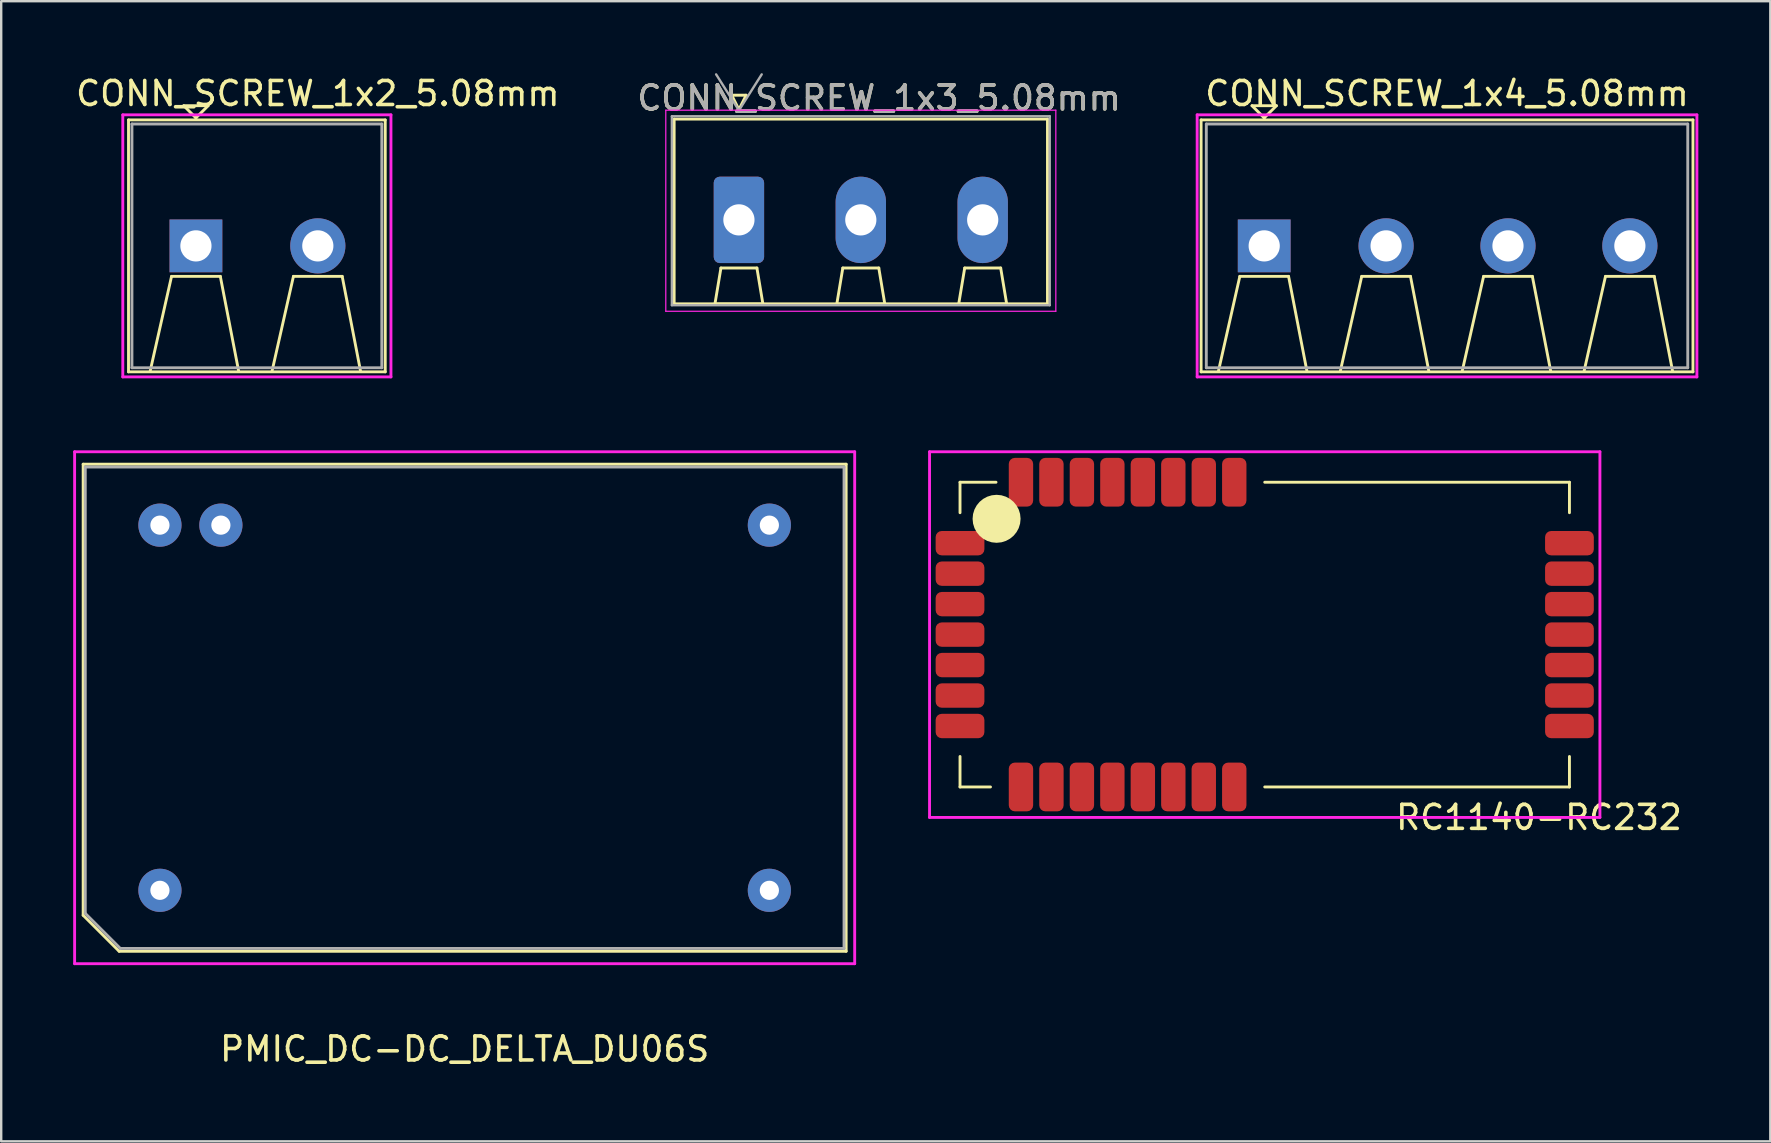
<source format=kicad_pcb>
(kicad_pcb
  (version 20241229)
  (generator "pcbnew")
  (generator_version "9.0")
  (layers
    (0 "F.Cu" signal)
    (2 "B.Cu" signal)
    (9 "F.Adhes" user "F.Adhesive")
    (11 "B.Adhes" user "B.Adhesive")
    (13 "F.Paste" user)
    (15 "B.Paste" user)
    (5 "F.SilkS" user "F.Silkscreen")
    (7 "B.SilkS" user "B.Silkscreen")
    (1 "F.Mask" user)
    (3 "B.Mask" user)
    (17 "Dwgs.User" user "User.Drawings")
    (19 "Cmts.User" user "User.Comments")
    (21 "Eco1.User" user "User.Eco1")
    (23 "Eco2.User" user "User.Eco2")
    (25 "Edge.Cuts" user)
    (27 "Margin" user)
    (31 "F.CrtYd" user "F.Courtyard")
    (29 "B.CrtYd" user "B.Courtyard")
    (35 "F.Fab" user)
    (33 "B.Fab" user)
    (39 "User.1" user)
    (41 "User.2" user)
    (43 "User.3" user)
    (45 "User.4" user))
  (footprint "CONN_SCREW_1x3_5.08mm"
    (layer "F.Cu")
    (at 27.747 6.114)
    (property "Reference" "CONN_SCREW_1x3_5.08mm" (at 5.842 -5.08 0) (layer "F.SilkS") (effects (font (size 1 1) (thickness 0.15))))
    (attr through_hole)
    (fp_line (start -2.7 -4.2) (end -2.7 3.5) (stroke (width 0.12) (type solid)) (layer "F.SilkS"))
    (fp_line (start -2.7 3.5) (end 12.86 3.5) (stroke (width 0.12) (type solid)) (layer "F.SilkS"))
    (fp_line (start -1 3.506) (end 1 3.506) (stroke (width 0.12) (type solid)) (layer "F.SilkS"))
    (fp_line (start -0.75 2.006) (end -1 3.506) (stroke (width 0.12) (type solid)) (layer "F.SilkS"))
    (fp_line (start -0.3 -5.196) (end 0.3 -5.196) (stroke (width 0.12) (type solid)) (layer "F.SilkS"))
    (fp_line (start 0 -4.596) (end -0.3 -5.196) (stroke (width 0.12) (type solid)) (layer "F.SilkS"))
    (fp_line (start 0.3 -5.196) (end 0 -4.596) (stroke (width 0.12) (type solid)) (layer "F.SilkS"))
    (fp_line (start 0.75 2.006) (end -0.75 2.006) (stroke (width 0.12) (type solid)) (layer "F.SilkS"))
    (fp_line (start 1 3.506) (end 0.75 2.006) (stroke (width 0.12) (type solid)) (layer "F.SilkS"))
    (fp_line (start 4.08 3.506) (end 6.08 3.506) (stroke (width 0.12) (type solid)) (layer "F.SilkS"))
    (fp_line (start 4.33 2.006) (end 4.08 3.506) (stroke (width 0.12) (type solid)) (layer "F.SilkS"))
    (fp_line (start 5.83 2.006) (end 4.33 2.006) (stroke (width 0.12) (type solid)) (layer "F.SilkS"))
    (fp_line (start 6.08 3.506) (end 5.83 2.006) (stroke (width 0.12) (type solid)) (layer "F.SilkS"))
    (fp_line (start 9.16 3.506) (end 11.16 3.506) (stroke (width 0.12) (type solid)) (layer "F.SilkS"))
    (fp_line (start 9.41 2.006) (end 9.16 3.506) (stroke (width 0.12) (type solid)) (layer "F.SilkS"))
    (fp_line (start 10.91 2.006) (end 9.41 2.006) (stroke (width 0.12) (type solid)) (layer "F.SilkS"))
    (fp_line (start 11.16 3.506) (end 10.91 2.006) (stroke (width 0.12) (type solid)) (layer "F.SilkS"))
    (fp_line (start 12.86 -4.2) (end -2.7 -4.2) (stroke (width 0.12) (type solid)) (layer "F.SilkS"))
    (fp_line (start 12.86 3.5) (end 12.86 -4.2) (stroke (width 0.12) (type solid)) (layer "F.SilkS"))
    (fp_line (start -3.048 -4.572) (end -3.048 3.81) (stroke (width 0.05) (type solid)) (layer "F.CrtYd"))
    (fp_line (start -3.048 3.81) (end 13.208 3.81) (stroke (width 0.05) (type solid)) (layer "F.CrtYd"))
    (fp_line (start 13.208 -4.572) (end -3.048 -4.572) (stroke (width 0.05) (type solid)) (layer "F.CrtYd"))
    (fp_line (start 13.208 3.81) (end 13.208 -4.572) (stroke (width 0.05) (type solid)) (layer "F.CrtYd"))
    (fp_line (start -2.794 -4.318) (end -2.794 3.556) (stroke (width 0.1) (type solid)) (layer "F.Fab"))
    (fp_line (start -2.794 3.556) (end 12.954 3.556) (stroke (width 0.1) (type solid)) (layer "F.Fab"))
    (fp_line (start 0 -4.564) (end -0.95 -6.064) (stroke (width 0.1) (type solid)) (layer "F.Fab"))
    (fp_line (start 0.95 -6.064) (end 0 -4.564) (stroke (width 0.1) (type solid)) (layer "F.Fab"))
    (fp_line (start 12.954 -4.318) (end -2.794 -4.318) (stroke (width 0.1) (type solid)) (layer "F.Fab"))
    (fp_line (start 12.954 3.556) (end 12.954 -4.318) (stroke (width 0.1) (type solid)) (layer "F.Fab"))
    (fp_text user "${REFERENCE}" (at 5.842 -5.08 0) (layer "F.Fab") (effects (font (size 1 1) (thickness 0.15))))
    (pad "1" thru_hole roundrect (at 0 0) (size 2.1 3.6) (drill 1.3) (layers "*.Cu" "*.Mask") (roundrect_rratio 0.119))
    (pad "2" thru_hole oval (at 5.08 0) (size 2.1 3.6) (drill 1.3) (layers "*.Cu" "*.Mask"))
    (pad "3" thru_hole oval (at 10.16 0) (size 2.1 3.6) (drill 1.3) (layers "*.Cu" "*.Mask")))
  (footprint "CONN_SCREW_1x2_5.08mm"
    (layer "F.Cu")
    (at 7.656 7.198)
    (property "Reference" "CONN_SCREW_1x2_5.08mm" (at 2.54 -6.35 0) (layer "F.SilkS") (effects (font (size 1 1) (thickness 0.15))))
    (attr through_hole)
    (fp_line (start -5.35 -5.25) (end -5.35 5.25) (stroke (width 0.12) (type solid)) (layer "F.SilkS"))
    (fp_line (start -5.35 -5.25) (end 5.35 -5.25) (stroke (width 0.12) (type solid)) (layer "F.SilkS"))
    (fp_line (start -5.35 5.25) (end 5.35 5.25) (stroke (width 0.12) (type solid)) (layer "F.SilkS"))
    (fp_line (start -4.445 5.207) (end -3.556 1.27) (stroke (width 0.12) (type solid)) (layer "F.SilkS"))
    (fp_line (start -3.556 1.27) (end -1.524 1.27) (stroke (width 0.12) (type solid)) (layer "F.SilkS"))
    (fp_line (start -3.048 -5.842) (end -2.032 -5.842) (stroke (width 0.12) (type solid)) (layer "F.SilkS"))
    (fp_line (start -2.54 -5.334) (end -3.048 -5.842) (stroke (width 0.12) (type solid)) (layer "F.SilkS"))
    (fp_line (start -2.032 -5.842) (end -2.54 -5.334) (stroke (width 0.12) (type solid)) (layer "F.SilkS"))
    (fp_line (start -1.524 1.27) (end -0.762 5.207) (stroke (width 0.12) (type solid)) (layer "F.SilkS"))
    (fp_line (start 0.635 5.207) (end 1.524 1.27) (stroke (width 0.12) (type solid)) (layer "F.SilkS"))
    (fp_line (start 1.524 1.27) (end 3.556 1.27) (stroke (width 0.12) (type solid)) (layer "F.SilkS"))
    (fp_line (start 3.556 1.27) (end 4.318 5.207) (stroke (width 0.12) (type solid)) (layer "F.SilkS"))
    (fp_line (start 5.35 -5.25) (end 5.35 5.25) (stroke (width 0.12) (type solid)) (layer "F.SilkS"))
    (fp_line (start -5.588 -5.461) (end -5.588 5.461) (stroke (width 0.12) (type solid)) (layer "F.CrtYd"))
    (fp_line (start -5.588 5.461) (end 5.588 5.461) (stroke (width 0.12) (type solid)) (layer "F.CrtYd"))
    (fp_line (start 5.588 -5.461) (end -5.588 -5.461) (stroke (width 0.12) (type solid)) (layer "F.CrtYd"))
    (fp_line (start 5.588 5.461) (end 5.588 -5.461) (stroke (width 0.12) (type solid)) (layer "F.CrtYd"))
    (fp_line (start -5.207 -5.08) (end 5.207 -5.08) (stroke (width 0.12) (type solid)) (layer "F.Fab"))
    (fp_line (start -5.207 5.08) (end -5.207 -5.08) (stroke (width 0.12) (type solid)) (layer "F.Fab"))
    (fp_line (start 5.207 -5.08) (end 5.207 5.08) (stroke (width 0.12) (type solid)) (layer "F.Fab"))
    (fp_line (start 5.207 5.08) (end -5.207 5.08) (stroke (width 0.12) (type solid)) (layer "F.Fab"))
    (pad "1" thru_hole rect (at -2.54 0) (size 2.2 2.2) (drill 1.3) (layers "*.Cu" "*.Mask"))
    (pad "2" thru_hole circle (at 2.54 0) (size 2.3 2.3) (drill 1.3) (layers "*.Cu" "*.Mask")))
  (footprint "CONN_SCREW_1x4_5.08mm"
    (layer "F.Cu")
    (at 57.26 7.198)
    (property "Reference" "CONN_SCREW_1x4_5.08mm" (at 0 -6.35 0) (layer "F.SilkS") (effects (font (size 1 1) (thickness 0.15))))
    (attr through_hole)
    (fp_line (start -10.25 -5.25) (end -10.25 5.25) (stroke (width 0.12) (type solid)) (layer "F.SilkS"))
    (fp_line (start -10.25 -5.25) (end 10.25 -5.25) (stroke (width 0.12) (type solid)) (layer "F.SilkS"))
    (fp_line (start -10.25 5.25) (end 10.25 5.25) (stroke (width 0.12) (type solid)) (layer "F.SilkS"))
    (fp_line (start -9.525 5.207) (end -8.636 1.27) (stroke (width 0.12) (type solid)) (layer "F.SilkS"))
    (fp_line (start -8.636 1.27) (end -6.604 1.27) (stroke (width 0.12) (type solid)) (layer "F.SilkS"))
    (fp_line (start -8.128 -5.842) (end -7.112 -5.842) (stroke (width 0.12) (type solid)) (layer "F.SilkS"))
    (fp_line (start -7.62 -5.334) (end -8.128 -5.842) (stroke (width 0.12) (type solid)) (layer "F.SilkS"))
    (fp_line (start -7.112 -5.842) (end -7.62 -5.334) (stroke (width 0.12) (type solid)) (layer "F.SilkS"))
    (fp_line (start -6.604 1.27) (end -5.842 5.207) (stroke (width 0.12) (type solid)) (layer "F.SilkS"))
    (fp_line (start -4.445 5.207) (end -3.556 1.27) (stroke (width 0.12) (type solid)) (layer "F.SilkS"))
    (fp_line (start -3.556 1.27) (end -1.524 1.27) (stroke (width 0.12) (type solid)) (layer "F.SilkS"))
    (fp_line (start -1.524 1.27) (end -0.762 5.207) (stroke (width 0.12) (type solid)) (layer "F.SilkS"))
    (fp_line (start 0.635 5.207) (end 1.524 1.27) (stroke (width 0.12) (type solid)) (layer "F.SilkS"))
    (fp_line (start 1.524 1.27) (end 3.556 1.27) (stroke (width 0.12) (type solid)) (layer "F.SilkS"))
    (fp_line (start 3.556 1.27) (end 4.318 5.207) (stroke (width 0.12) (type solid)) (layer "F.SilkS"))
    (fp_line (start 5.715 5.207) (end 6.604 1.27) (stroke (width 0.12) (type solid)) (layer "F.SilkS"))
    (fp_line (start 6.604 1.27) (end 8.636 1.27) (stroke (width 0.12) (type solid)) (layer "F.SilkS"))
    (fp_line (start 8.636 1.27) (end 9.398 5.207) (stroke (width 0.12) (type solid)) (layer "F.SilkS"))
    (fp_line (start 10.25 -5.25) (end 10.25 5.25) (stroke (width 0.12) (type solid)) (layer "F.SilkS"))
    (fp_line (start -10.414 -5.461) (end -10.414 5.461) (stroke (width 0.12) (type solid)) (layer "F.CrtYd"))
    (fp_line (start -10.414 5.461) (end 10.414 5.461) (stroke (width 0.12) (type solid)) (layer "F.CrtYd"))
    (fp_line (start 10.414 -5.461) (end -10.414 -5.461) (stroke (width 0.12) (type solid)) (layer "F.CrtYd"))
    (fp_line (start 10.414 5.461) (end 10.414 -5.461) (stroke (width 0.12) (type solid)) (layer "F.CrtYd"))
    (fp_line (start -10.033 -5.08) (end 10.033 -5.08) (stroke (width 0.12) (type solid)) (layer "F.Fab"))
    (fp_line (start -10.033 5.08) (end -10.033 -5.08) (stroke (width 0.12) (type solid)) (layer "F.Fab"))
    (fp_line (start 10.033 -5.08) (end 10.033 5.08) (stroke (width 0.12) (type solid)) (layer "F.Fab"))
    (fp_line (start 10.033 5.08) (end -10.033 5.08) (stroke (width 0.12) (type solid)) (layer "F.Fab"))
    (pad "1" thru_hole rect (at -7.62 0) (size 2.2 2.2) (drill 1.3) (layers "*.Cu" "*.Mask"))
    (pad "2" thru_hole circle (at -2.54 0) (size 2.3 2.3) (drill 1.3) (layers "*.Cu" "*.Mask"))
    (pad "3" thru_hole circle (at 2.54 0) (size 2.3 2.3) (drill 1.3) (layers "*.Cu" "*.Mask"))
    (pad "4" thru_hole circle (at 7.62 0) (size 2.3 2.3) (drill 1.3) (layers "*.Cu" "*.Mask")))
  (footprint "PMIC_DC-DC_DELTA_DU06S"
    (layer "F.Cu")
    (at 16.316 26.447)
    (property "Reference" "PMIC_DC-DC_DELTA_DU06S" (at 0 14.224 0) (layer "F.SilkS") (effects (font (size 1 1) (thickness 0.15))))
    (attr through_hole)
    (fp_line (start -15.9 -10.15) (end -15.9 8.65) (stroke (width 0.12) (type solid)) (layer "F.SilkS"))
    (fp_line (start -15.9 -10.15) (end 15.9 -10.15) (stroke (width 0.12) (type solid)) (layer "F.SilkS"))
    (fp_line (start -15.9 8.65) (end -14.4 10.15) (stroke (width 0.12) (type solid)) (layer "F.SilkS"))
    (fp_line (start -14.4 10.15) (end 15.9 10.15) (stroke (width 0.12) (type solid)) (layer "F.SilkS"))
    (fp_line (start 15.9 -10.15) (end 15.9 10.15) (stroke (width 0.12) (type solid)) (layer "F.SilkS"))
    (fp_line (start -16.256 -10.668) (end -16.256 10.668) (stroke (width 0.12) (type solid)) (layer "F.CrtYd"))
    (fp_line (start -16.256 10.668) (end 16.256 10.668) (stroke (width 0.12) (type solid)) (layer "F.CrtYd"))
    (fp_line (start 16.256 -10.668) (end -16.256 -10.668) (stroke (width 0.12) (type solid)) (layer "F.CrtYd"))
    (fp_line (start 16.256 10.668) (end 16.256 -10.668) (stroke (width 0.12) (type solid)) (layer "F.CrtYd"))
    (fp_line (start -15.812 -10.033) (end -15.812 8.572) (stroke (width 0.12) (type solid)) (layer "F.Fab"))
    (fp_line (start -15.812 8.572) (end -14.351 10.033) (stroke (width 0.12) (type solid)) (layer "F.Fab"))
    (fp_line (start -14.351 10.033) (end 15.812 10.033) (stroke (width 0.12) (type solid)) (layer "F.Fab"))
    (fp_line (start 15.812 -10.033) (end -15.812 -10.033) (stroke (width 0.12) (type solid)) (layer "F.Fab"))
    (fp_line (start 15.812 10.033) (end 15.812 -10.033) (stroke (width 0.12) (type solid)) (layer "F.Fab"))
    (pad "1" thru_hole circle (at -12.7 7.61) (size 1.8 1.8) (drill 0.8) (layers "*.Cu" "*.Mask"))
    (pad "2" thru_hole circle (at 12.7 7.61) (size 1.8 1.8) (drill 0.8) (layers "*.Cu" "*.Mask"))
    (pad "3" thru_hole circle (at 12.7 -7.61) (size 1.8 1.8) (drill 0.8) (layers "*.Cu" "*.Mask"))
    (pad "4" thru_hole circle (at -12.7 -7.61) (size 1.8 1.8) (drill 0.8) (layers "*.Cu" "*.Mask"))
    (pad "4" thru_hole circle (at -10.16 -7.61) (size 1.8 1.8) (drill 0.8) (layers "*.Cu" "*.Mask")))
  (footprint "RC1140-RC232"
    (layer "F.Cu")
    (at 49.662 23.399)
    (property "Reference" "RC1140-RC232" (at 11.43 7.62 0) (layer "F.SilkS") (effects (font (size 1 1) (thickness 0.15))))
    (attr smd)
    (fp_line (start -12.7 -5.08) (end -12.7 -6.35) (stroke (width 0.12) (type solid)) (layer "F.SilkS"))
    (fp_line (start -12.7 5.08) (end -12.7 6.35) (stroke (width 0.12) (type solid)) (layer "F.SilkS"))
    (fp_line (start -12.7 6.35) (end -11.43 6.35) (stroke (width 0.12) (type solid)) (layer "F.SilkS"))
    (fp_line (start -11.2 -6.35) (end -12.7 -6.35) (stroke (width 0.12) (type solid)) (layer "F.SilkS"))
    (fp_line (start 12.7 -6.35) (end 0 -6.35) (stroke (width 0.12) (type solid)) (layer "F.SilkS"))
    (fp_line (start 12.7 -5.08) (end 12.7 -6.35) (stroke (width 0.12) (type solid)) (layer "F.SilkS"))
    (fp_line (start 12.7 5.08) (end 12.7 6.35) (stroke (width 0.12) (type solid)) (layer "F.SilkS"))
    (fp_line (start 12.7 6.35) (end 0 6.35) (stroke (width 0.12) (type solid)) (layer "F.SilkS"))
    (fp_circle (center -11.176 -4.826) (end -11.176 -4.826) (stroke (width 1) (type solid)) (fill no) (layer "F.SilkS"))
    (fp_line (start -13.97 -7.62) (end 13.97 -7.62) (stroke (width 0.12) (type solid)) (layer "F.CrtYd"))
    (fp_line (start -13.97 7.62) (end -13.97 -7.62) (stroke (width 0.12) (type solid)) (layer "F.CrtYd"))
    (fp_line (start -13.97 7.62) (end 13.97 7.62) (stroke (width 0.12) (type solid)) (layer "F.CrtYd"))
    (fp_line (start 13.97 -7.62) (end 13.97 7.62) (stroke (width 0.12) (type solid)) (layer "F.CrtYd"))
    (pad "1" smd roundrect (at -12.7 -3.81 180) (size 2.032 1.016) (layers "F.Cu" "F.Mask" "F.Paste") (roundrect_rratio 0.25))
    (pad "2" smd roundrect (at -12.7 -2.54) (size 2.032 1.016) (layers "F.Cu" "F.Mask" "F.Paste") (roundrect_rratio 0.25))
    (pad "3" smd roundrect (at -12.7 -1.27) (size 2.032 1.016) (layers "F.Cu" "F.Mask" "F.Paste") (roundrect_rratio 0.25))
    (pad "4" smd roundrect (at -12.7 0) (size 2.032 1.016) (layers "F.Cu" "F.Mask" "F.Paste") (roundrect_rratio 0.25))
    (pad "5" smd roundrect (at -12.7 1.27) (size 2.032 1.016) (layers "F.Cu" "F.Mask" "F.Paste") (roundrect_rratio 0.25))
    (pad "6" smd roundrect (at -12.7 2.54) (size 2.032 1.016) (layers "F.Cu" "F.Mask" "F.Paste") (roundrect_rratio 0.25))
    (pad "7" smd roundrect (at -12.7 3.81) (size 2.032 1.016) (layers "F.Cu" "F.Mask" "F.Paste") (roundrect_rratio 0.25))
    (pad "8" smd roundrect (at 12.7 3.81) (size 2.032 1.016) (layers "F.Cu" "F.Mask" "F.Paste") (roundrect_rratio 0.25))
    (pad "9" smd roundrect (at 12.7 2.54) (size 2.032 1.016) (layers "F.Cu" "F.Mask" "F.Paste") (roundrect_rratio 0.25))
    (pad "10" smd roundrect (at 12.7 1.27) (size 2.032 1.016) (layers "F.Cu" "F.Mask" "F.Paste") (roundrect_rratio 0.25))
    (pad "11" smd roundrect (at 12.7 0) (size 2.032 1.016) (layers "F.Cu" "F.Mask" "F.Paste") (roundrect_rratio 0.25))
    (pad "12" smd roundrect (at 12.7 -1.27) (size 2.032 1.016) (layers "F.Cu" "F.Mask" "F.Paste") (roundrect_rratio 0.25))
    (pad "13" smd roundrect (at 12.7 -2.54 180) (size 2.032 1.016) (layers "F.Cu" "F.Mask" "F.Paste") (roundrect_rratio 0.25))
    (pad "14" smd roundrect (at 12.7 -3.81) (size 2.032 1.016) (layers "F.Cu" "F.Mask" "F.Paste") (roundrect_rratio 0.25))
    (pad "15" smd roundrect (at -10.16 6.35 90) (size 2.032 1.016) (layers "F.Cu" "F.Mask" "F.Paste") (roundrect_rratio 0.25))
    (pad "16" smd roundrect (at -8.89 6.35 90) (size 2.032 1.016) (layers "F.Cu" "F.Mask" "F.Paste") (roundrect_rratio 0.25))
    (pad "17" smd roundrect (at -7.62 6.35 90) (size 2.032 1.016) (layers "F.Cu" "F.Mask" "F.Paste") (roundrect_rratio 0.25))
    (pad "18" smd roundrect (at -6.35 6.35 90) (size 2.032 1.016) (layers "F.Cu" "F.Mask" "F.Paste") (roundrect_rratio 0.25))
    (pad "19" smd roundrect (at -5.08 6.35 90) (size 2.032 1.016) (layers "F.Cu" "F.Mask" "F.Paste") (roundrect_rratio 0.25))
    (pad "20" smd roundrect (at -3.81 6.35 90) (size 2.032 1.016) (layers "F.Cu" "F.Mask" "F.Paste") (roundrect_rratio 0.25))
    (pad "21" smd roundrect (at -2.54 6.35 90) (size 2.032 1.016) (layers "F.Cu" "F.Mask" "F.Paste") (roundrect_rratio 0.25))
    (pad "22" smd roundrect (at -1.27 6.35 90) (size 2.032 1.016) (layers "F.Cu" "F.Mask" "F.Paste") (roundrect_rratio 0.25))
    (pad "23" smd roundrect (at -1.27 -6.35 90) (size 2.032 1.016) (layers "F.Cu" "F.Mask" "F.Paste") (roundrect_rratio 0.25))
    (pad "24" smd roundrect (at -2.54 -6.35 90) (size 2.032 1.016) (layers "F.Cu" "F.Mask" "F.Paste") (roundrect_rratio 0.25))
    (pad "25" smd roundrect (at -3.81 -6.35 90) (size 2.032 1.016) (layers "F.Cu" "F.Mask" "F.Paste") (roundrect_rratio 0.25))
    (pad "26" smd roundrect (at -5.08 -6.35 90) (size 2.032 1.016) (layers "F.Cu" "F.Mask" "F.Paste") (roundrect_rratio 0.25))
    (pad "27" smd roundrect (at -6.35 -6.35 90) (size 2.032 1.016) (layers "F.Cu" "F.Mask" "F.Paste") (roundrect_rratio 0.25))
    (pad "28" smd roundrect (at -7.62 -6.35 90) (size 2.032 1.016) (layers "F.Cu" "F.Mask" "F.Paste") (roundrect_rratio 0.25))
    (pad "29" smd roundrect (at -8.89 -6.35 90) (size 2.032 1.016) (layers "F.Cu" "F.Mask" "F.Paste") (roundrect_rratio 0.25))
    (pad "30" smd roundrect (at -10.16 -6.35 90) (size 2.032 1.016) (layers "F.Cu" "F.Mask" "F.Paste") (roundrect_rratio 0.25)))
  (gr_rect
    (start -3 -3)
    (end 70.734 44.52)
    (stroke (width 0.1) (type default))
    (fill no)
    (layer "Edge.Cuts")))
</source>
